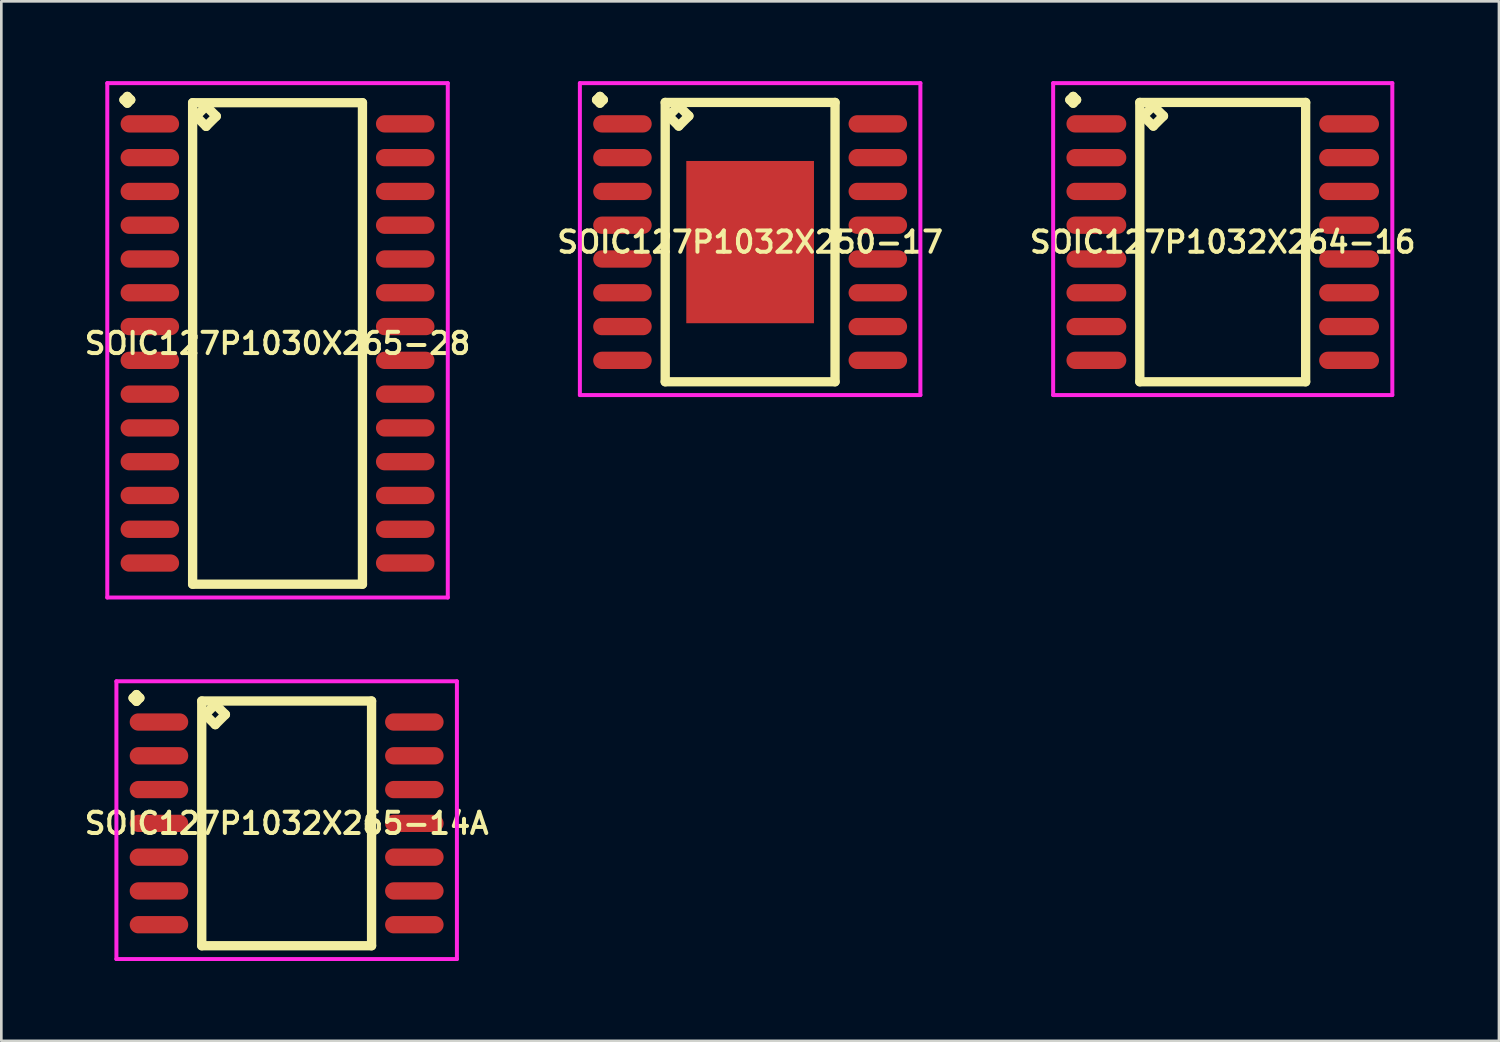
<source format=kicad_pcb>
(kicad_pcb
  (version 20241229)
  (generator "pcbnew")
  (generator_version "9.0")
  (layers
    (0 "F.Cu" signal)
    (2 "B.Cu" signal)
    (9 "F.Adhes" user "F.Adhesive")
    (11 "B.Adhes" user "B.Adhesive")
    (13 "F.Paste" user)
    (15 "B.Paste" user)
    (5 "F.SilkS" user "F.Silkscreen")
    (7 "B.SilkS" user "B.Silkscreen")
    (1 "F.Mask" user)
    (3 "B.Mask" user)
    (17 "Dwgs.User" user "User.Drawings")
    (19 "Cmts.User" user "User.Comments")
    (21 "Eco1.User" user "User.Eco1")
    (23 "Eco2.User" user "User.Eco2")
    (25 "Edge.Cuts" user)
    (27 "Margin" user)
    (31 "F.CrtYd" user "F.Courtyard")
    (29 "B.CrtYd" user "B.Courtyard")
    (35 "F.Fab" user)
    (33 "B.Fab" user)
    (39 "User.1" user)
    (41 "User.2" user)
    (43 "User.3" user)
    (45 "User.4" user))
  (footprint "SOIC127P1032X250-17"
    (layer "F.Cu")
    (at 25.149 6.051)
    (property "Reference" "SOIC127P1032X250-17" (at 0 0 0) (layer "F.SilkS") (effects (font (size 0.8 0.8) (thickness 0.15))))
    (attr smd)
    (fp_line (start -5.773 -5.349) (end -5.646 -5.476) (stroke (width 0.35) (type solid)) (layer "F.SilkS"))
    (fp_line (start -5.646 -5.476) (end -5.519 -5.349) (stroke (width 0.35) (type solid)) (layer "F.SilkS"))
    (fp_line (start -5.646 -5.222) (end -5.773 -5.349) (stroke (width 0.35) (type solid)) (layer "F.SilkS"))
    (fp_line (start -5.519 -5.349) (end -5.646 -5.222) (stroke (width 0.35) (type solid)) (layer "F.SilkS"))
    (fp_line (start -3.192 -5.25) (end -3.192 5.25) (stroke (width 0.35) (type solid)) (layer "F.SilkS"))
    (fp_line (start -3.192 5.25) (end 3.192 5.25) (stroke (width 0.35) (type solid)) (layer "F.SilkS"))
    (fp_line (start -3.065 -4.742) (end -2.684 -5.123) (stroke (width 0.35) (type solid)) (layer "F.SilkS"))
    (fp_line (start -2.684 -5.123) (end -2.303 -4.742) (stroke (width 0.35) (type solid)) (layer "F.SilkS"))
    (fp_line (start -2.684 -4.361) (end -3.065 -4.742) (stroke (width 0.35) (type solid)) (layer "F.SilkS"))
    (fp_line (start -2.303 -4.742) (end -2.684 -4.361) (stroke (width 0.35) (type solid)) (layer "F.SilkS"))
    (fp_line (start 3.192 -5.25) (end -3.192 -5.25) (stroke (width 0.35) (type solid)) (layer "F.SilkS"))
    (fp_line (start 3.192 5.25) (end 3.192 -5.25) (stroke (width 0.35) (type solid)) (layer "F.SilkS"))
    (fp_line (start -6.4 -5.976) (end 6.4 -5.976) (stroke (width 0.15) (type solid)) (layer "F.CrtYd"))
    (fp_line (start -6.4 5.75) (end -6.4 -5.976) (stroke (width 0.15) (type solid)) (layer "F.CrtYd"))
    (fp_line (start 6.4 -5.976) (end 6.4 5.75) (stroke (width 0.15) (type solid)) (layer "F.CrtYd"))
    (fp_line (start 6.4 5.75) (end -6.4 5.75) (stroke (width 0.15) (type solid)) (layer "F.CrtYd"))
    (pad "1" smd oval (at -4.8 -4.445) (size 2.2 0.65) (layers "F.Cu" "F.Mask" "F.Paste"))
    (pad "2" smd oval (at -4.8 -3.175) (size 2.2 0.65) (layers "F.Cu" "F.Mask" "F.Paste"))
    (pad "3" smd oval (at -4.8 -1.905) (size 2.2 0.65) (layers "F.Cu" "F.Mask" "F.Paste"))
    (pad "4" smd oval (at -4.8 -0.635) (size 2.2 0.65) (layers "F.Cu" "F.Mask" "F.Paste"))
    (pad "5" smd oval (at -4.8 0.635) (size 2.2 0.65) (layers "F.Cu" "F.Mask" "F.Paste"))
    (pad "6" smd oval (at -4.8 1.905) (size 2.2 0.65) (layers "F.Cu" "F.Mask" "F.Paste"))
    (pad "7" smd oval (at -4.8 3.175) (size 2.2 0.65) (layers "F.Cu" "F.Mask" "F.Paste"))
    (pad "8" smd oval (at -4.8 4.445) (size 2.2 0.65) (layers "F.Cu" "F.Mask" "F.Paste"))
    (pad "9" smd oval (at 4.8 4.445) (size 2.2 0.65) (layers "F.Cu" "F.Mask" "F.Paste"))
    (pad "10" smd oval (at 4.8 3.175) (size 2.2 0.65) (layers "F.Cu" "F.Mask" "F.Paste"))
    (pad "11" smd oval (at 4.8 1.905) (size 2.2 0.65) (layers "F.Cu" "F.Mask" "F.Paste"))
    (pad "12" smd oval (at 4.8 0.635) (size 2.2 0.65) (layers "F.Cu" "F.Mask" "F.Paste"))
    (pad "13" smd oval (at 4.8 -0.635) (size 2.2 0.65) (layers "F.Cu" "F.Mask" "F.Paste"))
    (pad "14" smd oval (at 4.8 -1.905) (size 2.2 0.65) (layers "F.Cu" "F.Mask" "F.Paste"))
    (pad "15" smd oval (at 4.8 -3.175) (size 2.2 0.65) (layers "F.Cu" "F.Mask" "F.Paste"))
    (pad "16" smd oval (at 4.8 -4.445) (size 2.2 0.65) (layers "F.Cu" "F.Mask" "F.Paste"))
    (pad "17" smd rect (at 0 0) (size 4.8 6.1) (layers "F.Cu" "F.Mask" "F.Paste")))
  (footprint "SOIC127P1032X265-14A"
    (layer "F.Cu")
    (at 7.726 27.902)
    (property "Reference" "SOIC127P1032X265-14A" (at 0 0 0) (layer "F.SilkS") (effects (font (size 0.8 0.8) (thickness 0.15))))
    (attr smd)
    (fp_line (start -5.773 -4.714) (end -5.646 -4.841) (stroke (width 0.35) (type solid)) (layer "F.SilkS"))
    (fp_line (start -5.646 -4.841) (end -5.519 -4.714) (stroke (width 0.35) (type solid)) (layer "F.SilkS"))
    (fp_line (start -5.646 -4.587) (end -5.773 -4.714) (stroke (width 0.35) (type solid)) (layer "F.SilkS"))
    (fp_line (start -5.519 -4.714) (end -5.646 -4.587) (stroke (width 0.35) (type solid)) (layer "F.SilkS"))
    (fp_line (start -3.192 -4.6) (end -3.192 4.6) (stroke (width 0.35) (type solid)) (layer "F.SilkS"))
    (fp_line (start -3.192 4.6) (end 3.192 4.6) (stroke (width 0.35) (type solid)) (layer "F.SilkS"))
    (fp_line (start -3.065 -4.092) (end -2.684 -4.473) (stroke (width 0.35) (type solid)) (layer "F.SilkS"))
    (fp_line (start -2.684 -4.473) (end -2.303 -4.092) (stroke (width 0.35) (type solid)) (layer "F.SilkS"))
    (fp_line (start -2.684 -3.711) (end -3.065 -4.092) (stroke (width 0.35) (type solid)) (layer "F.SilkS"))
    (fp_line (start -2.303 -4.092) (end -2.684 -3.711) (stroke (width 0.35) (type solid)) (layer "F.SilkS"))
    (fp_line (start 3.192 -4.6) (end -3.192 -4.6) (stroke (width 0.35) (type solid)) (layer "F.SilkS"))
    (fp_line (start 3.192 4.6) (end 3.192 -4.6) (stroke (width 0.35) (type solid)) (layer "F.SilkS"))
    (fp_line (start -6.4 -5.341) (end 6.4 -5.341) (stroke (width 0.15) (type solid)) (layer "F.CrtYd"))
    (fp_line (start -6.4 5.1) (end -6.4 -5.341) (stroke (width 0.15) (type solid)) (layer "F.CrtYd"))
    (fp_line (start 6.4 -5.341) (end 6.4 5.1) (stroke (width 0.15) (type solid)) (layer "F.CrtYd"))
    (fp_line (start 6.4 5.1) (end -6.4 5.1) (stroke (width 0.15) (type solid)) (layer "F.CrtYd"))
    (pad "1" smd oval (at -4.8 -3.81) (size 2.2 0.65) (layers "F.Cu" "F.Mask" "F.Paste"))
    (pad "2" smd oval (at -4.8 -2.54) (size 2.2 0.65) (layers "F.Cu" "F.Mask" "F.Paste"))
    (pad "3" smd oval (at -4.8 -1.27) (size 2.2 0.65) (layers "F.Cu" "F.Mask" "F.Paste"))
    (pad "4" smd oval (at -4.8 0) (size 2.2 0.65) (layers "F.Cu" "F.Mask" "F.Paste"))
    (pad "5" smd oval (at -4.8 1.27) (size 2.2 0.65) (layers "F.Cu" "F.Mask" "F.Paste"))
    (pad "6" smd oval (at -4.8 2.54) (size 2.2 0.65) (layers "F.Cu" "F.Mask" "F.Paste"))
    (pad "7" smd oval (at -4.8 3.81) (size 2.2 0.65) (layers "F.Cu" "F.Mask" "F.Paste"))
    (pad "8" smd oval (at 4.8 3.81) (size 2.2 0.65) (layers "F.Cu" "F.Mask" "F.Paste"))
    (pad "9" smd oval (at 4.8 2.54) (size 2.2 0.65) (layers "F.Cu" "F.Mask" "F.Paste"))
    (pad "10" smd oval (at 4.8 1.27) (size 2.2 0.65) (layers "F.Cu" "F.Mask" "F.Paste"))
    (pad "11" smd oval (at 4.8 0) (size 2.2 0.65) (layers "F.Cu" "F.Mask" "F.Paste"))
    (pad "12" smd oval (at 4.8 -1.27) (size 2.2 0.65) (layers "F.Cu" "F.Mask" "F.Paste"))
    (pad "13" smd oval (at 4.8 -2.54) (size 2.2 0.65) (layers "F.Cu" "F.Mask" "F.Paste"))
    (pad "14" smd oval (at 4.8 -3.81) (size 2.2 0.65) (layers "F.Cu" "F.Mask" "F.Paste")))
  (footprint "SOIC127P1032X264-16"
    (layer "F.Cu")
    (at 42.915 6.051)
    (property "Reference" "SOIC127P1032X264-16" (at 0 0 0) (layer "F.SilkS") (effects (font (size 0.8 0.8) (thickness 0.15))))
    (attr smd)
    (fp_line (start -5.748 -5.349) (end -5.621 -5.476) (stroke (width 0.35) (type solid)) (layer "F.SilkS"))
    (fp_line (start -5.621 -5.476) (end -5.494 -5.349) (stroke (width 0.35) (type solid)) (layer "F.SilkS"))
    (fp_line (start -5.621 -5.222) (end -5.748 -5.349) (stroke (width 0.35) (type solid)) (layer "F.SilkS"))
    (fp_line (start -5.494 -5.349) (end -5.621 -5.222) (stroke (width 0.35) (type solid)) (layer "F.SilkS"))
    (fp_line (start -3.117 -5.25) (end -3.117 5.25) (stroke (width 0.35) (type solid)) (layer "F.SilkS"))
    (fp_line (start -3.117 5.25) (end 3.117 5.25) (stroke (width 0.35) (type solid)) (layer "F.SilkS"))
    (fp_line (start -2.99 -4.742) (end -2.609 -5.123) (stroke (width 0.35) (type solid)) (layer "F.SilkS"))
    (fp_line (start -2.609 -5.123) (end -2.228 -4.742) (stroke (width 0.35) (type solid)) (layer "F.SilkS"))
    (fp_line (start -2.609 -4.361) (end -2.99 -4.742) (stroke (width 0.35) (type solid)) (layer "F.SilkS"))
    (fp_line (start -2.228 -4.742) (end -2.609 -4.361) (stroke (width 0.35) (type solid)) (layer "F.SilkS"))
    (fp_line (start 3.117 -5.25) (end -3.117 -5.25) (stroke (width 0.35) (type solid)) (layer "F.SilkS"))
    (fp_line (start 3.117 5.25) (end 3.117 -5.25) (stroke (width 0.35) (type solid)) (layer "F.SilkS"))
    (fp_line (start -6.375 -5.976) (end 6.375 -5.976) (stroke (width 0.15) (type solid)) (layer "F.CrtYd"))
    (fp_line (start -6.375 5.75) (end -6.375 -5.976) (stroke (width 0.15) (type solid)) (layer "F.CrtYd"))
    (fp_line (start 6.375 -5.976) (end 6.375 5.75) (stroke (width 0.15) (type solid)) (layer "F.CrtYd"))
    (fp_line (start 6.375 5.75) (end -6.375 5.75) (stroke (width 0.15) (type solid)) (layer "F.CrtYd"))
    (pad "1" smd oval (at -4.75 -4.445) (size 2.25 0.65) (layers "F.Cu" "F.Mask" "F.Paste"))
    (pad "2" smd oval (at -4.75 -3.175) (size 2.25 0.65) (layers "F.Cu" "F.Mask" "F.Paste"))
    (pad "3" smd oval (at -4.75 -1.905) (size 2.25 0.65) (layers "F.Cu" "F.Mask" "F.Paste"))
    (pad "4" smd oval (at -4.75 -0.635) (size 2.25 0.65) (layers "F.Cu" "F.Mask" "F.Paste"))
    (pad "5" smd oval (at -4.75 0.635) (size 2.25 0.65) (layers "F.Cu" "F.Mask" "F.Paste"))
    (pad "6" smd oval (at -4.75 1.905) (size 2.25 0.65) (layers "F.Cu" "F.Mask" "F.Paste"))
    (pad "7" smd oval (at -4.75 3.175) (size 2.25 0.65) (layers "F.Cu" "F.Mask" "F.Paste"))
    (pad "8" smd oval (at -4.75 4.445) (size 2.25 0.65) (layers "F.Cu" "F.Mask" "F.Paste"))
    (pad "9" smd oval (at 4.75 4.445) (size 2.25 0.65) (layers "F.Cu" "F.Mask" "F.Paste"))
    (pad "10" smd oval (at 4.75 3.175) (size 2.25 0.65) (layers "F.Cu" "F.Mask" "F.Paste"))
    (pad "11" smd oval (at 4.75 1.905) (size 2.25 0.65) (layers "F.Cu" "F.Mask" "F.Paste"))
    (pad "12" smd oval (at 4.75 0.635) (size 2.25 0.65) (layers "F.Cu" "F.Mask" "F.Paste"))
    (pad "13" smd oval (at 4.75 -0.635) (size 2.25 0.65) (layers "F.Cu" "F.Mask" "F.Paste"))
    (pad "14" smd oval (at 4.75 -1.905) (size 2.25 0.65) (layers "F.Cu" "F.Mask" "F.Paste"))
    (pad "15" smd oval (at 4.75 -3.175) (size 2.25 0.65) (layers "F.Cu" "F.Mask" "F.Paste"))
    (pad "16" smd oval (at 4.75 -4.445) (size 2.25 0.65) (layers "F.Cu" "F.Mask" "F.Paste")))
  (footprint "SOIC127P1030X265-28"
    (layer "F.Cu")
    (at 7.383 9.861)
    (property "Reference" "SOIC127P1030X265-28" (at 0 0 0) (layer "F.SilkS") (effects (font (size 0.8 0.8) (thickness 0.15))))
    (attr smd)
    (fp_line (start -5.773 -9.159) (end -5.646 -9.286) (stroke (width 0.35) (type solid)) (layer "F.SilkS"))
    (fp_line (start -5.646 -9.286) (end -5.519 -9.159) (stroke (width 0.35) (type solid)) (layer "F.SilkS"))
    (fp_line (start -5.646 -9.032) (end -5.773 -9.159) (stroke (width 0.35) (type solid)) (layer "F.SilkS"))
    (fp_line (start -5.519 -9.159) (end -5.646 -9.032) (stroke (width 0.35) (type solid)) (layer "F.SilkS"))
    (fp_line (start -3.192 -9.05) (end -3.192 9.05) (stroke (width 0.35) (type solid)) (layer "F.SilkS"))
    (fp_line (start -3.192 9.05) (end 3.192 9.05) (stroke (width 0.35) (type solid)) (layer "F.SilkS"))
    (fp_line (start -3.065 -8.542) (end -2.684 -8.923) (stroke (width 0.35) (type solid)) (layer "F.SilkS"))
    (fp_line (start -2.684 -8.923) (end -2.303 -8.542) (stroke (width 0.35) (type solid)) (layer "F.SilkS"))
    (fp_line (start -2.684 -8.161) (end -3.065 -8.542) (stroke (width 0.35) (type solid)) (layer "F.SilkS"))
    (fp_line (start -2.303 -8.542) (end -2.684 -8.161) (stroke (width 0.35) (type solid)) (layer "F.SilkS"))
    (fp_line (start 3.192 -9.05) (end -3.192 -9.05) (stroke (width 0.35) (type solid)) (layer "F.SilkS"))
    (fp_line (start 3.192 9.05) (end 3.192 -9.05) (stroke (width 0.35) (type solid)) (layer "F.SilkS"))
    (fp_line (start -6.4 -9.786) (end 6.4 -9.786) (stroke (width 0.15) (type solid)) (layer "F.CrtYd"))
    (fp_line (start -6.4 9.55) (end -6.4 -9.786) (stroke (width 0.15) (type solid)) (layer "F.CrtYd"))
    (fp_line (start 6.4 -9.786) (end 6.4 9.55) (stroke (width 0.15) (type solid)) (layer "F.CrtYd"))
    (fp_line (start 6.4 9.55) (end -6.4 9.55) (stroke (width 0.15) (type solid)) (layer "F.CrtYd"))
    (pad "1" smd oval (at -4.8 -8.255) (size 2.2 0.65) (layers "F.Cu" "F.Mask" "F.Paste"))
    (pad "2" smd oval (at -4.8 -6.985) (size 2.2 0.65) (layers "F.Cu" "F.Mask" "F.Paste"))
    (pad "3" smd oval (at -4.8 -5.715) (size 2.2 0.65) (layers "F.Cu" "F.Mask" "F.Paste"))
    (pad "4" smd oval (at -4.8 -4.445) (size 2.2 0.65) (layers "F.Cu" "F.Mask" "F.Paste"))
    (pad "5" smd oval (at -4.8 -3.175) (size 2.2 0.65) (layers "F.Cu" "F.Mask" "F.Paste"))
    (pad "6" smd oval (at -4.8 -1.905) (size 2.2 0.65) (layers "F.Cu" "F.Mask" "F.Paste"))
    (pad "7" smd oval (at -4.8 -0.635) (size 2.2 0.65) (layers "F.Cu" "F.Mask" "F.Paste"))
    (pad "8" smd oval (at -4.8 0.635) (size 2.2 0.65) (layers "F.Cu" "F.Mask" "F.Paste"))
    (pad "9" smd oval (at -4.8 1.905) (size 2.2 0.65) (layers "F.Cu" "F.Mask" "F.Paste"))
    (pad "10" smd oval (at -4.8 3.175) (size 2.2 0.65) (layers "F.Cu" "F.Mask" "F.Paste"))
    (pad "11" smd oval (at -4.8 4.445) (size 2.2 0.65) (layers "F.Cu" "F.Mask" "F.Paste"))
    (pad "12" smd oval (at -4.8 5.715) (size 2.2 0.65) (layers "F.Cu" "F.Mask" "F.Paste"))
    (pad "13" smd oval (at -4.8 6.985) (size 2.2 0.65) (layers "F.Cu" "F.Mask" "F.Paste"))
    (pad "14" smd oval (at -4.8 8.255) (size 2.2 0.65) (layers "F.Cu" "F.Mask" "F.Paste"))
    (pad "15" smd oval (at 4.8 8.255) (size 2.2 0.65) (layers "F.Cu" "F.Mask" "F.Paste"))
    (pad "16" smd oval (at 4.8 6.985) (size 2.2 0.65) (layers "F.Cu" "F.Mask" "F.Paste"))
    (pad "17" smd oval (at 4.8 5.715) (size 2.2 0.65) (layers "F.Cu" "F.Mask" "F.Paste"))
    (pad "18" smd oval (at 4.8 4.445) (size 2.2 0.65) (layers "F.Cu" "F.Mask" "F.Paste"))
    (pad "19" smd oval (at 4.8 3.175) (size 2.2 0.65) (layers "F.Cu" "F.Mask" "F.Paste"))
    (pad "20" smd oval (at 4.8 1.905) (size 2.2 0.65) (layers "F.Cu" "F.Mask" "F.Paste"))
    (pad "21" smd oval (at 4.8 0.635) (size 2.2 0.65) (layers "F.Cu" "F.Mask" "F.Paste"))
    (pad "22" smd oval (at 4.8 -0.635) (size 2.2 0.65) (layers "F.Cu" "F.Mask" "F.Paste"))
    (pad "23" smd oval (at 4.8 -1.905) (size 2.2 0.65) (layers "F.Cu" "F.Mask" "F.Paste"))
    (pad "24" smd oval (at 4.8 -3.175) (size 2.2 0.65) (layers "F.Cu" "F.Mask" "F.Paste"))
    (pad "25" smd oval (at 4.8 -4.445) (size 2.2 0.65) (layers "F.Cu" "F.Mask" "F.Paste"))
    (pad "26" smd oval (at 4.8 -5.715) (size 2.2 0.65) (layers "F.Cu" "F.Mask" "F.Paste"))
    (pad "27" smd oval (at 4.8 -6.985) (size 2.2 0.65) (layers "F.Cu" "F.Mask" "F.Paste"))
    (pad "28" smd oval (at 4.8 -8.255) (size 2.2 0.65) (layers "F.Cu" "F.Mask" "F.Paste")))
  (gr_rect
    (start -3 -3)
    (end 53.299 36.077)
    (stroke (width 0.1) (type default))
    (fill no)
    (layer "Edge.Cuts")))
</source>
